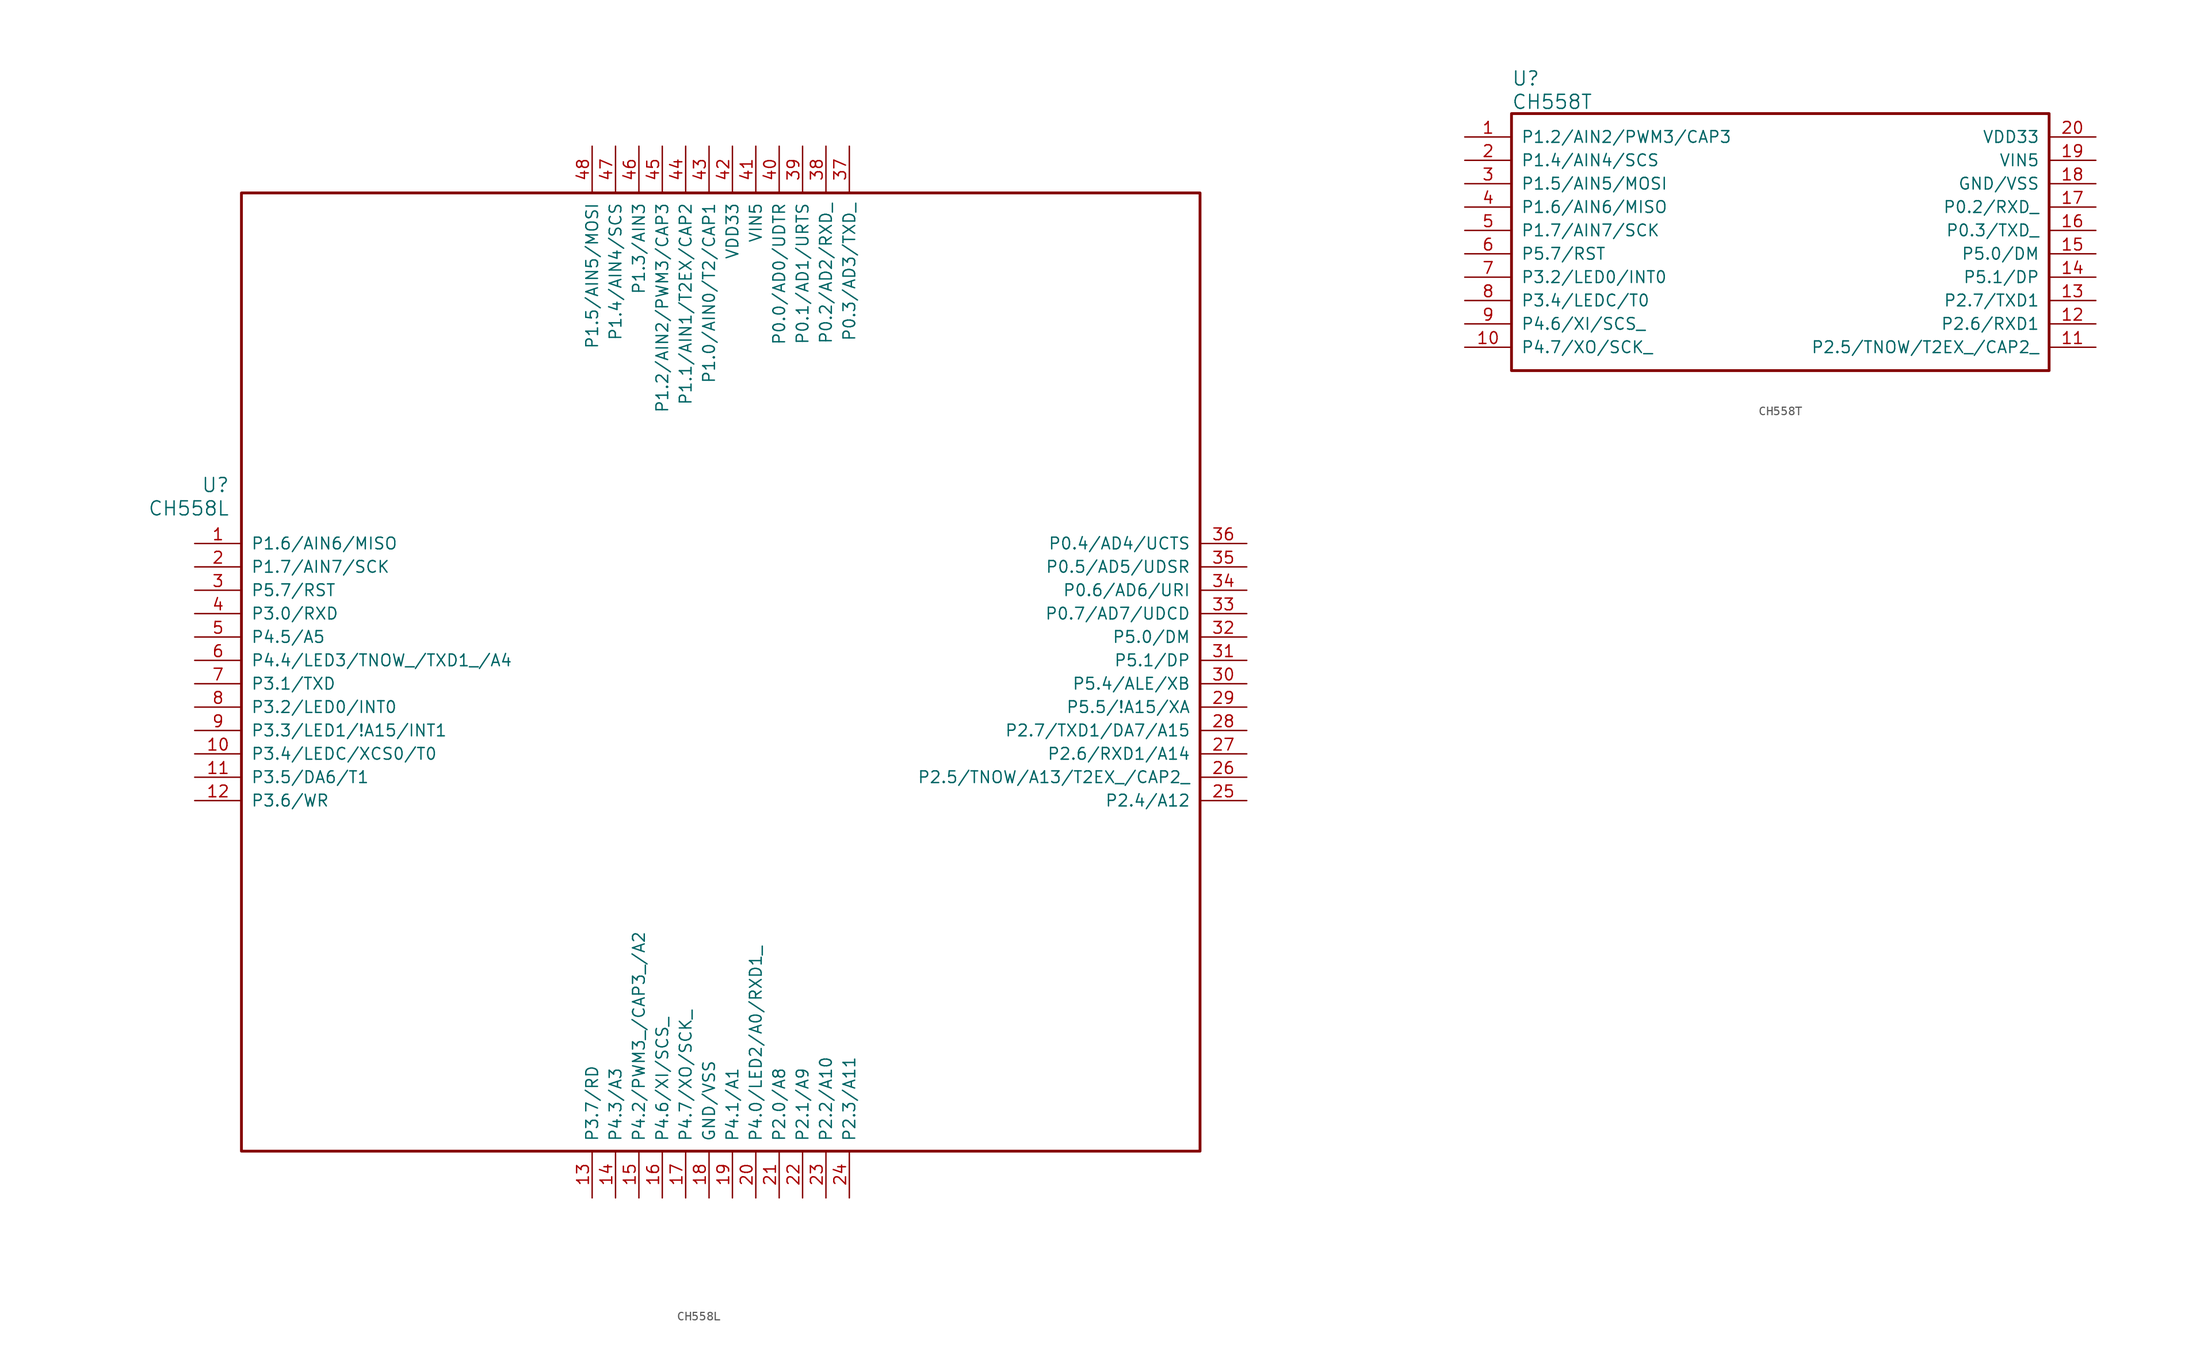
<source format=kicad_sym>
(kicad_symbol_lib
  (version 20240819)
  (generator "kicad_symbol_editor")
  (generator_version "8.99")
  (symbol "CH558L"
    (pin_names
      (offset 1.016))
    (property "Reference" "U"
      (at 3.81 6.35 0)
      (effects (font (size 1.524 1.524)) (justify right)))
    (property "Value" "CH558L"
      (at 3.81 3.81 0)
      (effects (font (size 1.524 1.524)) (justify right)))
    (property "ki_locked" ""
      (at 0 0 0)
      (effects (font (size 1.27 1.27))))
    (symbol "CH558L_1_1"
      (rectangle (start 5.08 38.1) (end 109.22 -66.04) (stroke (width 0.305) (type solid)) (fill (type none)))
      (pin bidirectional line (at 0 0 0) (length 5.08) (name "P1.6/AIN6/MISO" (effects (font (size 1.27 1.27)))) (number "1" (effects (font (size 1.27 1.27)))))
      (pin bidirectional line (at 0 -2.54 0) (length 5.08) (name "P1.7/AIN7/SCK" (effects (font (size 1.27 1.27)))) (number "2" (effects (font (size 1.27 1.27)))))
      (pin bidirectional line (at 0 -5.08 0) (length 5.08) (name "P5.7/RST" (effects (font (size 1.27 1.27)))) (number "3" (effects (font (size 1.27 1.27)))))
      (pin bidirectional line (at 0 -7.62 0) (length 5.08) (name "P3.0/RXD" (effects (font (size 1.27 1.27)))) (number "4" (effects (font (size 1.27 1.27)))))
      (pin bidirectional line (at 0 -10.16 0) (length 5.08) (name "P4.5/A5" (effects (font (size 1.27 1.27)))) (number "5" (effects (font (size 1.27 1.27)))))
      (pin bidirectional line (at 0 -12.7 0) (length 5.08) (name "P4.4/LED3/TNOW_/TXD1_/A4" (effects (font (size 1.27 1.27)))) (number "6" (effects (font (size 1.27 1.27)))))
      (pin bidirectional line (at 0 -15.24 0) (length 5.08) (name "P3.1/TXD" (effects (font (size 1.27 1.27)))) (number "7" (effects (font (size 1.27 1.27)))))
      (pin bidirectional line (at 0 -17.78 0) (length 5.08) (name "P3.2/LED0/INT0" (effects (font (size 1.27 1.27)))) (number "8" (effects (font (size 1.27 1.27)))))
      (pin bidirectional line (at 0 -20.32 0) (length 5.08) (name "P3.3/LED1/!A15/INT1" (effects (font (size 1.27 1.27)))) (number "9" (effects (font (size 1.27 1.27)))))
      (pin bidirectional line (at 0 -22.86 0) (length 5.08) (name "P3.4/LEDC/XCS0/T0" (effects (font (size 1.27 1.27)))) (number "10" (effects (font (size 1.27 1.27)))))
      (pin bidirectional line (at 0 -25.4 0) (length 5.08) (name "P3.5/DA6/T1" (effects (font (size 1.27 1.27)))) (number "11" (effects (font (size 1.27 1.27)))))
      (pin bidirectional line (at 0 -27.94 0) (length 5.08) (name "P3.6/WR" (effects (font (size 1.27 1.27)))) (number "12" (effects (font (size 1.27 1.27)))))
      (pin bidirectional line (at 43.18 43.18 270) (length 5.08) (name "P1.5/AIN5/MOSI" (effects (font (size 1.27 1.27)))) (number "48" (effects (font (size 1.27 1.27)))))
      (pin bidirectional line (at 43.18 -71.12 90) (length 5.08) (name "P3.7/RD" (effects (font (size 1.27 1.27)))) (number "13" (effects (font (size 1.27 1.27)))))
      (pin bidirectional line (at 45.72 43.18 270) (length 5.08) (name "P1.4/AIN4/SCS" (effects (font (size 1.27 1.27)))) (number "47" (effects (font (size 1.27 1.27)))))
      (pin bidirectional line (at 45.72 -71.12 90) (length 5.08) (name "P4.3/A3" (effects (font (size 1.27 1.27)))) (number "14" (effects (font (size 1.27 1.27)))))
      (pin bidirectional line (at 48.26 43.18 270) (length 5.08) (name "P1.3/AIN3" (effects (font (size 1.27 1.27)))) (number "46" (effects (font (size 1.27 1.27)))))
      (pin bidirectional line (at 48.26 -71.12 90) (length 5.08) (name "P4.2/PWM3_/CAP3_/A2" (effects (font (size 1.27 1.27)))) (number "15" (effects (font (size 1.27 1.27)))))
      (pin bidirectional line (at 50.8 43.18 270) (length 5.08) (name "P1.2/AIN2/PWM3/CAP3" (effects (font (size 1.27 1.27)))) (number "45" (effects (font (size 1.27 1.27)))))
      (pin bidirectional line (at 50.8 -71.12 90) (length 5.08) (name "P4.6/XI/SCS_" (effects (font (size 1.27 1.27)))) (number "16" (effects (font (size 1.27 1.27)))))
      (pin bidirectional line (at 53.34 43.18 270) (length 5.08) (name "P1.1/AIN1/T2EX/CAP2" (effects (font (size 1.27 1.27)))) (number "44" (effects (font (size 1.27 1.27)))))
      (pin bidirectional line (at 53.34 -71.12 90) (length 5.08) (name "P4.7/XO/SCK_" (effects (font (size 1.27 1.27)))) (number "17" (effects (font (size 1.27 1.27)))))
      (pin bidirectional line (at 55.88 43.18 270) (length 5.08) (name "P1.0/AIN0/T2/CAP1" (effects (font (size 1.27 1.27)))) (number "43" (effects (font (size 1.27 1.27)))))
      (pin power_in line (at 55.88 -71.12 90) (length 5.08) (name "GND/VSS" (effects (font (size 1.27 1.27)))) (number "18" (effects (font (size 1.27 1.27)))))
      (pin power_in line (at 58.42 43.18 270) (length 5.08) (name "VDD33" (effects (font (size 1.27 1.27)))) (number "42" (effects (font (size 1.27 1.27)))))
      (pin bidirectional line (at 58.42 -71.12 90) (length 5.08) (name "P4.1/A1" (effects (font (size 1.27 1.27)))) (number "19" (effects (font (size 1.27 1.27)))))
      (pin power_in line (at 60.96 43.18 270) (length 5.08) (name "VIN5" (effects (font (size 1.27 1.27)))) (number "41" (effects (font (size 1.27 1.27)))))
      (pin bidirectional line (at 60.96 -71.12 90) (length 5.08) (name "P4.0/LED2/A0/RXD1_" (effects (font (size 1.27 1.27)))) (number "20" (effects (font (size 1.27 1.27)))))
      (pin bidirectional line (at 63.5 43.18 270) (length 5.08) (name "P0.0/AD0/UDTR" (effects (font (size 1.27 1.27)))) (number "40" (effects (font (size 1.27 1.27)))))
      (pin bidirectional line (at 63.5 -71.12 90) (length 5.08) (name "P2.0/A8" (effects (font (size 1.27 1.27)))) (number "21" (effects (font (size 1.27 1.27)))))
      (pin bidirectional line (at 66.04 43.18 270) (length 5.08) (name "P0.1/AD1/URTS" (effects (font (size 1.27 1.27)))) (number "39" (effects (font (size 1.27 1.27)))))
      (pin bidirectional line (at 66.04 -71.12 90) (length 5.08) (name "P2.1/A9" (effects (font (size 1.27 1.27)))) (number "22" (effects (font (size 1.27 1.27)))))
      (pin bidirectional line (at 68.58 43.18 270) (length 5.08) (name "P0.2/AD2/RXD_" (effects (font (size 1.27 1.27)))) (number "38" (effects (font (size 1.27 1.27)))))
      (pin bidirectional line (at 68.58 -71.12 90) (length 5.08) (name "P2.2/A10" (effects (font (size 1.27 1.27)))) (number "23" (effects (font (size 1.27 1.27)))))
      (pin bidirectional line (at 71.12 43.18 270) (length 5.08) (name "P0.3/AD3/TXD_" (effects (font (size 1.27 1.27)))) (number "37" (effects (font (size 1.27 1.27)))))
      (pin bidirectional line (at 71.12 -71.12 90) (length 5.08) (name "P2.3/A11" (effects (font (size 1.27 1.27)))) (number "24" (effects (font (size 1.27 1.27)))))
      (pin bidirectional line (at 114.3 0 180) (length 5.08) (name "P0.4/AD4/UCTS" (effects (font (size 1.27 1.27)))) (number "36" (effects (font (size 1.27 1.27)))))
      (pin bidirectional line (at 114.3 -2.54 180) (length 5.08) (name "P0.5/AD5/UDSR" (effects (font (size 1.27 1.27)))) (number "35" (effects (font (size 1.27 1.27)))))
      (pin bidirectional line (at 114.3 -5.08 180) (length 5.08) (name "P0.6/AD6/URI" (effects (font (size 1.27 1.27)))) (number "34" (effects (font (size 1.27 1.27)))))
      (pin bidirectional line (at 114.3 -7.62 180) (length 5.08) (name "P0.7/AD7/UDCD" (effects (font (size 1.27 1.27)))) (number "33" (effects (font (size 1.27 1.27)))))
      (pin bidirectional line (at 114.3 -10.16 180) (length 5.08) (name "P5.0/DM" (effects (font (size 1.27 1.27)))) (number "32" (effects (font (size 1.27 1.27)))))
      (pin bidirectional line (at 114.3 -12.7 180) (length 5.08) (name "P5.1/DP" (effects (font (size 1.27 1.27)))) (number "31" (effects (font (size 1.27 1.27)))))
      (pin bidirectional line (at 114.3 -15.24 180) (length 5.08) (name "P5.4/ALE/XB" (effects (font (size 1.27 1.27)))) (number "30" (effects (font (size 1.27 1.27)))))
      (pin bidirectional line (at 114.3 -17.78 180) (length 5.08) (name "P5.5/!A15/XA" (effects (font (size 1.27 1.27)))) (number "29" (effects (font (size 1.27 1.27)))))
      (pin bidirectional line (at 114.3 -20.32 180) (length 5.08) (name "P2.7/TXD1/DA7/A15" (effects (font (size 1.27 1.27)))) (number "28" (effects (font (size 1.27 1.27)))))
      (pin bidirectional line (at 114.3 -22.86 180) (length 5.08) (name "P2.6/RXD1/A14" (effects (font (size 1.27 1.27)))) (number "27" (effects (font (size 1.27 1.27)))))
      (pin bidirectional line (at 114.3 -25.4 180) (length 5.08) (name "P2.5/TNOW/A13/T2EX_/CAP2_" (effects (font (size 1.27 1.27)))) (number "26" (effects (font (size 1.27 1.27)))))
      (pin bidirectional line (at 114.3 -27.94 180) (length 5.08) (name "P2.4/A12" (effects (font (size 1.27 1.27)))) (number "25" (effects (font (size 1.27 1.27)))))))
  (symbol "CH558T"
    (pin_names
      (offset 1.016))
    (property "Reference" "U"
      (at 5.08 6.35 0)
      (effects (font (size 1.524 1.524)) (justify left)))
    (property "Value" "CH558T"
      (at 5.08 3.81 0)
      (effects (font (size 1.524 1.524)) (justify left)))
    (property "ki_locked" ""
      (at 0 0 0)
      (effects (font (size 1.27 1.27))))
    (symbol "CH558T_1_1"
      (rectangle (start 5.08 2.54) (end 63.5 -25.4) (stroke (width 0.305) (type solid)) (fill (type none)))
      (pin bidirectional line (at 0 0 0) (length 5.08) (name "P1.2/AIN2/PWM3/CAP3" (effects (font (size 1.27 1.27)))) (number "1" (effects (font (size 1.27 1.27)))))
      (pin bidirectional line (at 0 -2.54 0) (length 5.08) (name "P1.4/AIN4/SCS" (effects (font (size 1.27 1.27)))) (number "2" (effects (font (size 1.27 1.27)))))
      (pin bidirectional line (at 0 -5.08 0) (length 5.08) (name "P1.5/AIN5/MOSI" (effects (font (size 1.27 1.27)))) (number "3" (effects (font (size 1.27 1.27)))))
      (pin bidirectional line (at 0 -7.62 0) (length 5.08) (name "P1.6/AIN6/MISO" (effects (font (size 1.27 1.27)))) (number "4" (effects (font (size 1.27 1.27)))))
      (pin bidirectional line (at 0 -10.16 0) (length 5.08) (name "P1.7/AIN7/SCK" (effects (font (size 1.27 1.27)))) (number "5" (effects (font (size 1.27 1.27)))))
      (pin bidirectional line (at 0 -12.7 0) (length 5.08) (name "P5.7/RST" (effects (font (size 1.27 1.27)))) (number "6" (effects (font (size 1.27 1.27)))))
      (pin bidirectional line (at 0 -15.24 0) (length 5.08) (name "P3.2/LED0/INT0" (effects (font (size 1.27 1.27)))) (number "7" (effects (font (size 1.27 1.27)))))
      (pin bidirectional line (at 0 -17.78 0) (length 5.08) (name "P3.4/LEDC/T0" (effects (font (size 1.27 1.27)))) (number "8" (effects (font (size 1.27 1.27)))))
      (pin bidirectional line (at 0 -20.32 0) (length 5.08) (name "P4.6/XI/SCS_" (effects (font (size 1.27 1.27)))) (number "9" (effects (font (size 1.27 1.27)))))
      (pin bidirectional line (at 0 -22.86 0) (length 5.08) (name "P4.7/XO/SCK_" (effects (font (size 1.27 1.27)))) (number "10" (effects (font (size 1.27 1.27)))))
      (pin power_in line (at 68.58 0 180) (length 5.08) (name "VDD33" (effects (font (size 1.27 1.27)))) (number "20" (effects (font (size 1.27 1.27)))))
      (pin power_in line (at 68.58 -2.54 180) (length 5.08) (name "VIN5" (effects (font (size 1.27 1.27)))) (number "19" (effects (font (size 1.27 1.27)))))
      (pin power_in line (at 68.58 -5.08 180) (length 5.08) (name "GND/VSS" (effects (font (size 1.27 1.27)))) (number "18" (effects (font (size 1.27 1.27)))))
      (pin bidirectional line (at 68.58 -7.62 180) (length 5.08) (name "P0.2/RXD_" (effects (font (size 1.27 1.27)))) (number "17" (effects (font (size 1.27 1.27)))))
      (pin bidirectional line (at 68.58 -10.16 180) (length 5.08) (name "P0.3/TXD_" (effects (font (size 1.27 1.27)))) (number "16" (effects (font (size 1.27 1.27)))))
      (pin bidirectional line (at 68.58 -12.7 180) (length 5.08) (name "P5.0/DM" (effects (font (size 1.27 1.27)))) (number "15" (effects (font (size 1.27 1.27)))))
      (pin bidirectional line (at 68.58 -15.24 180) (length 5.08) (name "P5.1/DP" (effects (font (size 1.27 1.27)))) (number "14" (effects (font (size 1.27 1.27)))))
      (pin bidirectional line (at 68.58 -17.78 180) (length 5.08) (name "P2.7/TXD1" (effects (font (size 1.27 1.27)))) (number "13" (effects (font (size 1.27 1.27)))))
      (pin bidirectional line (at 68.58 -20.32 180) (length 5.08) (name "P2.6/RXD1" (effects (font (size 1.27 1.27)))) (number "12" (effects (font (size 1.27 1.27)))))
      (pin bidirectional line (at 68.58 -22.86 180) (length 5.08) (name "P2.5/TNOW/T2EX_/CAP2_" (effects (font (size 1.27 1.27)))) (number "11" (effects (font (size 1.27 1.27))))))))
</source>
